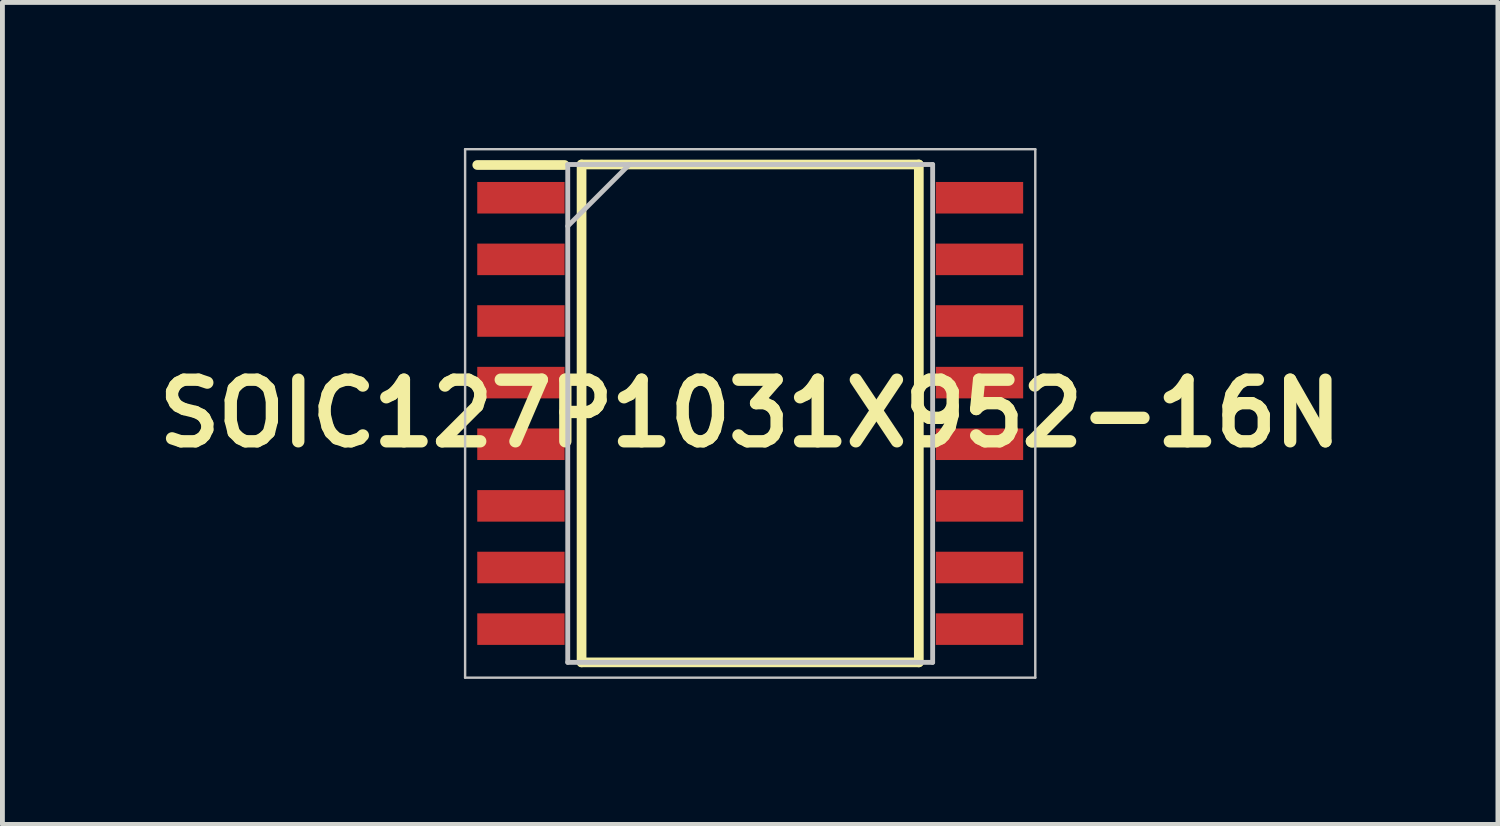
<source format=kicad_pcb>
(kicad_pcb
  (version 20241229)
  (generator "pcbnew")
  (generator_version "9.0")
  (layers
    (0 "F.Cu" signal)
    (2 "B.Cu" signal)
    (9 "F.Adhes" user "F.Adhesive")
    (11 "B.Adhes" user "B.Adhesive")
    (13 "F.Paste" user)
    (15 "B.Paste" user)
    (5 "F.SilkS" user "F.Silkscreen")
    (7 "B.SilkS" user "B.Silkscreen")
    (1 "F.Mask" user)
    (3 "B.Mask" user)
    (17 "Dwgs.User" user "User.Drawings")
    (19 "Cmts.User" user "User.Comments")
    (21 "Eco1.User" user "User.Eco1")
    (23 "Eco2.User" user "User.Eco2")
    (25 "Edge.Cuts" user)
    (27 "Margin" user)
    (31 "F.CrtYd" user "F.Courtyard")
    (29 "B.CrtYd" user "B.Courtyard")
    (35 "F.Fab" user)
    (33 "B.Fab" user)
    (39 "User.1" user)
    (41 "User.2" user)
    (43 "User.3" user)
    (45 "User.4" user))
  (footprint "SOIC127P1031X952-16N"
    (layer "F.Cu")
    (at 12.41 5.47)
    (property "Reference" "SOIC127P1031X952-16N" (at 0 0 0) (layer "F.SilkS") (effects (font (size 1.27 1.27) (thickness 0.254))))
    (attr smd)
    (fp_line (start -5.625 -5.12) (end -3.825 -5.12) (stroke (width 0.2) (type solid)) (layer "F.SilkS"))
    (fp_line (start -3.475 -5.13) (end 3.475 -5.13) (stroke (width 0.2) (type solid)) (layer "F.SilkS"))
    (fp_line (start -3.475 5.13) (end -3.475 -5.13) (stroke (width 0.2) (type solid)) (layer "F.SilkS"))
    (fp_line (start 3.475 -5.13) (end 3.475 5.13) (stroke (width 0.2) (type solid)) (layer "F.SilkS"))
    (fp_line (start 3.475 5.13) (end -3.475 5.13) (stroke (width 0.2) (type solid)) (layer "F.SilkS"))
    (fp_line (start -5.875 -5.445) (end 5.875 -5.445) (stroke (width 0.05) (type solid)) (layer "Dwgs.User"))
    (fp_line (start -5.875 5.445) (end -5.875 -5.445) (stroke (width 0.05) (type solid)) (layer "Dwgs.User"))
    (fp_line (start -3.76 -5.13) (end 3.76 -5.13) (stroke (width 0.1) (type solid)) (layer "Dwgs.User"))
    (fp_line (start -3.76 -3.86) (end -2.49 -5.13) (stroke (width 0.1) (type solid)) (layer "Dwgs.User"))
    (fp_line (start -3.76 5.13) (end -3.76 -5.13) (stroke (width 0.1) (type solid)) (layer "Dwgs.User"))
    (fp_line (start 3.76 -5.13) (end 3.76 5.13) (stroke (width 0.1) (type solid)) (layer "Dwgs.User"))
    (fp_line (start 3.76 5.13) (end -3.76 5.13) (stroke (width 0.1) (type solid)) (layer "Dwgs.User"))
    (fp_line (start 5.875 -5.445) (end 5.875 5.445) (stroke (width 0.05) (type solid)) (layer "Dwgs.User"))
    (fp_line (start 5.875 5.445) (end -5.875 5.445) (stroke (width 0.05) (type solid)) (layer "Dwgs.User"))
    (pad "1" smd rect (at -4.725 -4.445 90) (size 0.65 1.8) (layers "F.Cu" "F.Mask" "F.Paste"))
    (pad "2" smd rect (at -4.725 -3.175 90) (size 0.65 1.8) (layers "F.Cu" "F.Mask" "F.Paste"))
    (pad "3" smd rect (at -4.725 -1.905 90) (size 0.65 1.8) (layers "F.Cu" "F.Mask" "F.Paste"))
    (pad "4" smd rect (at -4.725 -0.635 90) (size 0.65 1.8) (layers "F.Cu" "F.Mask" "F.Paste"))
    (pad "5" smd rect (at -4.725 0.635 90) (size 0.65 1.8) (layers "F.Cu" "F.Mask" "F.Paste"))
    (pad "6" smd rect (at -4.725 1.905 90) (size 0.65 1.8) (layers "F.Cu" "F.Mask" "F.Paste"))
    (pad "7" smd rect (at -4.725 3.175 90) (size 0.65 1.8) (layers "F.Cu" "F.Mask" "F.Paste"))
    (pad "8" smd rect (at -4.725 4.445 90) (size 0.65 1.8) (layers "F.Cu" "F.Mask" "F.Paste"))
    (pad "9" smd rect (at 4.725 4.445 90) (size 0.65 1.8) (layers "F.Cu" "F.Mask" "F.Paste"))
    (pad "10" smd rect (at 4.725 3.175 90) (size 0.65 1.8) (layers "F.Cu" "F.Mask" "F.Paste"))
    (pad "11" smd rect (at 4.725 1.905 90) (size 0.65 1.8) (layers "F.Cu" "F.Mask" "F.Paste"))
    (pad "12" smd rect (at 4.725 0.635 90) (size 0.65 1.8) (layers "F.Cu" "F.Mask" "F.Paste"))
    (pad "13" smd rect (at 4.725 -0.635 90) (size 0.65 1.8) (layers "F.Cu" "F.Mask" "F.Paste"))
    (pad "14" smd rect (at 4.725 -1.905 90) (size 0.65 1.8) (layers "F.Cu" "F.Mask" "F.Paste"))
    (pad "15" smd rect (at 4.725 -3.175 90) (size 0.65 1.8) (layers "F.Cu" "F.Mask" "F.Paste"))
    (pad "16" smd rect (at 4.725 -4.445 90) (size 0.65 1.8) (layers "F.Cu" "F.Mask" "F.Paste")))
  (gr_rect
    (start -3 -3)
    (end 27.819 13.94)
    (stroke (width 0.1) (type default))
    (fill no)
    (layer "Edge.Cuts")))
</source>
